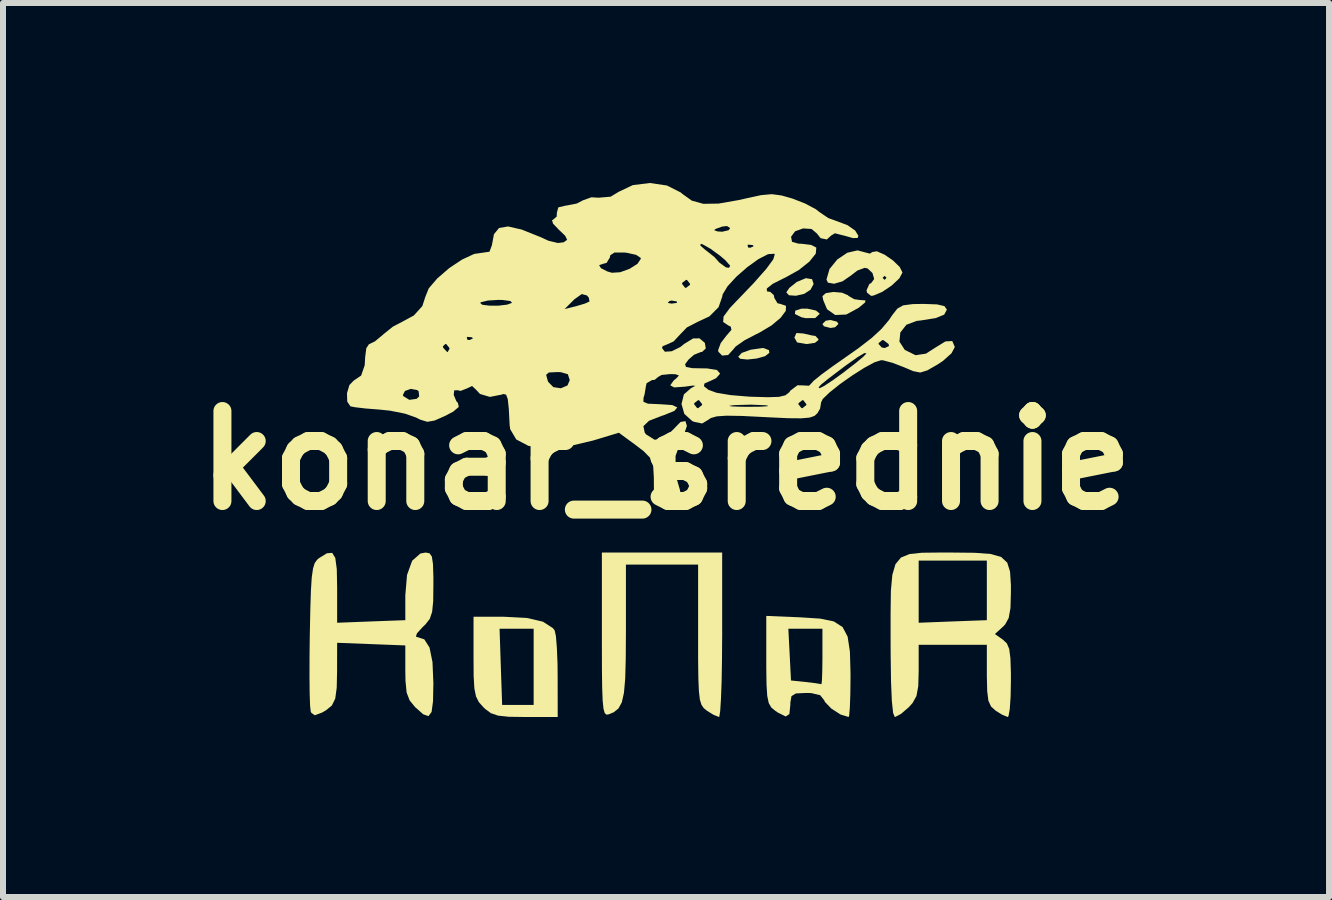
<source format=kicad_pcb>
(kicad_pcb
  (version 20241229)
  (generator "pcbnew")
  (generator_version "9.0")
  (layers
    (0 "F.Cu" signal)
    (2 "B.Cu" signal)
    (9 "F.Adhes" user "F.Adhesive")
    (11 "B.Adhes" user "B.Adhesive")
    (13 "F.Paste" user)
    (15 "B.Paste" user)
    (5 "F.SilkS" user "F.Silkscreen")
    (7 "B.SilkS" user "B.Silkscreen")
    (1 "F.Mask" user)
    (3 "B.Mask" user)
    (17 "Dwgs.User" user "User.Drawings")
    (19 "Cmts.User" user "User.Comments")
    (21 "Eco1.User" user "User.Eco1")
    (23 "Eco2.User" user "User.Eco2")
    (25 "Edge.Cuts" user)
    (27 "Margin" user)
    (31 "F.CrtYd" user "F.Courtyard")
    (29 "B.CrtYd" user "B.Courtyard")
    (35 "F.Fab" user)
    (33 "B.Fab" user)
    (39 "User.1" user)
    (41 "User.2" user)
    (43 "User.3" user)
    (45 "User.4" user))
  (footprint "konar_srednie"
    (layer "F.Cu")
    (at 8.05 4.622)
    (property "Reference" "konar_srednie" (at 0 0 0) (layer "F.SilkS") (effects (font (size 1.5 1.5) (thickness 0.3))))
    (attr board_only exclude_from_pos_files exclude_from_bom)
    (fp_poly (pts (xy 2.849 -2.311) (xy 2.874 -2.273) (xy 2.818 -2.218) (xy 2.741 -2.206) (xy 2.632 -2.234) (xy 2.607 -2.273) (xy 2.663 -2.327) (xy 2.741 -2.339)) (stroke (width 0) (type solid)) (fill yes) (layer "F.SilkS"))
    (fp_poly (pts (xy 2.356 -2.528) (xy 2.5 -2.496) (xy 2.561 -2.445) (xy 2.56 -2.44) (xy 2.486 -2.371) (xy 2.323 -2.37) (xy 2.256 -2.385) (xy 2.148 -2.439) (xy 2.155 -2.495) (xy 2.258 -2.528)) (stroke (width 0) (type solid)) (fill yes) (layer "F.SilkS"))
    (fp_poly (pts (xy 1.716 -1.836) (xy 1.722 -1.791) (xy 1.651 -1.736) (xy 1.512 -1.697) (xy 1.358 -1.68) (xy 1.238 -1.692) (xy 1.203 -1.726) (xy 1.262 -1.79) (xy 1.409 -1.843) (xy 1.597 -1.87) (xy 1.626 -1.871)) (stroke (width 0) (type solid)) (fill yes) (layer "F.SilkS"))
    (fp_poly (pts (xy 2.289 -2.114) (xy 2.428 -2.082) (xy 2.49 -2.073) (xy 2.539 -2.021) (xy 2.54 -2.005) (xy 2.482 -1.958) (xy 2.342 -1.938) (xy 2.339 -1.938) (xy 2.185 -1.965) (xy 2.139 -2.046) (xy 2.174 -2.122)) (stroke (width 0) (type solid)) (fill yes) (layer "F.SilkS"))
    (fp_poly (pts (xy 2.434 -3.019) (xy 2.46 -2.939) (xy 2.409 -2.844) (xy 2.304 -2.775) (xy 2.166 -2.743) (xy 2.049 -2.751) (xy 2.005 -2.8) (xy 2.056 -2.874) (xy 2.177 -2.971) (xy 2.18 -2.973) (xy 2.331 -3.036)) (stroke (width 0) (type solid)) (fill yes) (layer "F.SilkS"))
    (fp_poly (pts (xy 2.933 -2.794) (xy 3.033 -2.751) (xy 3.041 -2.741) (xy 3.135 -2.686) (xy 3.229 -2.672) (xy 3.323 -2.666) (xy 3.32 -2.633) (xy 3.216 -2.546) (xy 3.208 -2.54) (xy 3.004 -2.43) (xy 2.82 -2.422) (xy 2.688 -2.515) (xy 2.676 -2.536) (xy 2.62 -2.671) (xy 2.607 -2.736) (xy 2.662 -2.786) (xy 2.79 -2.806)) (stroke (width 0) (type solid)) (fill yes) (layer "F.SilkS"))
    (fp_poly (pts (xy -2.32 2.627) (xy -2.052 2.689) (xy -1.885 2.797) (xy -1.856 2.834) (xy -1.835 2.929) (xy -1.819 3.125) (xy -1.808 3.39) (xy -1.806 3.593) (xy -1.805 4.278) (xy -2.343 4.278) (xy -2.619 4.274) (xy -2.799 4.255) (xy -2.919 4.214) (xy -3.016 4.142) (xy -3.044 4.114) (xy -3.12 4.029) (xy -3.167 3.935) (xy -3.194 3.801) (xy -3.206 3.597) (xy -3.208 3.291) (xy -3.208 3.278) (xy -3.208 2.807) (xy -2.774 2.807) (xy -2.753 3.442) (xy -2.731 4.077) (xy -2.469 4.077) (xy -2.206 4.077) (xy -2.206 3.442) (xy -2.206 2.807) (xy -2.49 2.807) (xy -2.774 2.807) (xy -3.208 2.807) (xy -3.208 2.607) (xy -2.703 2.607)) (stroke (width 0) (type solid)) (fill yes) (layer "F.SilkS"))
    (fp_poly (pts (xy 0.936 2.908) (xy 0.933 3.319) (xy 0.927 3.681) (xy 0.916 3.974) (xy 0.903 4.178) (xy 0.888 4.273) (xy 0.884 4.278) (xy 0.795 4.243) (xy 0.683 4.174) (xy 0.63 4.131) (xy 0.591 4.075) (xy 0.564 3.987) (xy 0.548 3.845) (xy 0.539 3.63) (xy 0.535 3.322) (xy 0.535 2.904) (xy 0.535 1.738) (xy -0.067 1.738) (xy -0.668 1.738) (xy -0.668 2.861) (xy -0.671 3.308) (xy -0.68 3.639) (xy -0.701 3.875) (xy -0.737 4.034) (xy -0.792 4.135) (xy -0.87 4.198) (xy -0.953 4.233) (xy -0.992 4.239) (xy -1.021 4.213) (xy -1.042 4.14) (xy -1.056 4.004) (xy -1.064 3.788) (xy -1.068 3.475) (xy -1.069 3.05) (xy -1.069 2.906) (xy -1.069 1.537) (xy -0.067 1.537) (xy 0.936 1.537)) (stroke (width 0) (type solid)) (fill yes) (layer "F.SilkS"))
    (fp_poly (pts (xy 3.272 -3.478) (xy 3.397 -3.445) (xy 3.44 -3.472) (xy 3.514 -3.484) (xy 3.642 -3.428) (xy 3.782 -3.332) (xy 3.895 -3.222) (xy 3.941 -3.13) (xy 3.889 -3.033) (xy 3.761 -2.913) (xy 3.601 -2.806) (xy 3.455 -2.745) (xy 3.418 -2.741) (xy 3.35 -2.794) (xy 3.342 -2.835) (xy 3.389 -2.938) (xy 3.421 -2.956) (xy 3.469 -3.022) (xy 3.464 -3.041) (xy 3.609 -3.041) (xy 3.643 -3.008) (xy 3.676 -3.041) (xy 3.643 -3.075) (xy 3.609 -3.041) (xy 3.464 -3.041) (xy 3.441 -3.121) (xy 3.361 -3.197) (xy 3.311 -3.208) (xy 3.191 -3.164) (xy 3.075 -3.075) (xy 2.941 -2.983) (xy 2.801 -2.943) (xy 2.699 -2.961) (xy 2.674 -3.012) (xy 2.725 -3.188) (xy 2.854 -3.347) (xy 3.022 -3.46) (xy 3.192 -3.499)) (stroke (width 0) (type solid)) (fill yes) (layer "F.SilkS"))
    (fp_poly (pts (xy 2.245 2.617) (xy 2.569 2.638) (xy 2.796 2.685) (xy 2.943 2.779) (xy 3.027 2.939) (xy 3.065 3.188) (xy 3.075 3.547) (xy 3.075 3.617) (xy 3.072 3.896) (xy 3.064 4.117) (xy 3.053 4.251) (xy 3.044 4.278) (xy 2.908 4.236) (xy 2.755 4.137) (xy 2.649 4.027) (xy 2.637 4) (xy 2.569 3.914) (xy 2.419 3.879) (xy 2.335 3.877) (xy 2.165 3.885) (xy 2.091 3.93) (xy 2.072 4.04) (xy 2.072 4.077) (xy 2.056 4.229) (xy 1.995 4.269) (xy 1.864 4.204) (xy 1.82 4.174) (xy 1.754 4.119) (xy 1.712 4.045) (xy 1.687 3.926) (xy 1.675 3.736) (xy 1.671 3.447) (xy 1.671 3.331) (xy 1.671 2.807) (xy 2.039 2.807) (xy 2.061 3.238) (xy 2.083 3.669) (xy 2.328 3.695) (xy 2.492 3.714) (xy 2.585 3.73) (xy 2.59 3.732) (xy 2.598 3.677) (xy 2.604 3.52) (xy 2.607 3.296) (xy 2.607 3.275) (xy 2.607 2.807) (xy 2.323 2.807) (xy 2.039 2.807) (xy 1.671 2.807) (xy 1.671 2.593)) (stroke (width 0) (type solid)) (fill yes) (layer "F.SilkS"))
    (fp_poly (pts (xy -3.942 1.549) (xy -3.903 1.603) (xy -3.884 1.726) (xy -3.877 1.944) (xy -3.877 2.075) (xy -3.88 2.349) (xy -3.898 2.525) (xy -3.937 2.642) (xy -4.009 2.734) (xy -4.054 2.777) (xy -4.15 2.882) (xy -4.169 2.938) (xy -4.159 2.941) (xy -4.028 2.984) (xy -3.941 3.121) (xy -3.892 3.364) (xy -3.877 3.715) (xy -3.883 4.015) (xy -3.907 4.194) (xy -3.959 4.263) (xy -4.046 4.233) (xy -4.178 4.116) (xy -4.181 4.114) (xy -4.273 4.001) (xy -4.323 3.87) (xy -4.342 3.676) (xy -4.345 3.517) (xy -4.345 3.085) (xy -4.913 3.063) (xy -5.481 3.041) (xy -5.482 3.509) (xy -5.488 3.79) (xy -5.513 3.972) (xy -5.569 4.086) (xy -5.668 4.167) (xy -5.733 4.204) (xy -5.853 4.249) (xy -5.911 4.209) (xy -5.921 4.188) (xy -5.932 4.092) (xy -5.939 3.887) (xy -5.942 3.595) (xy -5.941 3.24) (xy -5.937 2.909) (xy -5.928 2.482) (xy -5.918 2.168) (xy -5.904 1.948) (xy -5.883 1.803) (xy -5.855 1.712) (xy -5.815 1.657) (xy -5.786 1.632) (xy -5.652 1.549) (xy -5.564 1.542) (xy -5.512 1.626) (xy -5.487 1.814) (xy -5.481 2.121) (xy -5.481 2.122) (xy -5.481 2.707) (xy -4.913 2.685) (xy -4.345 2.664) (xy -4.345 2.249) (xy -4.316 1.909) (xy -4.231 1.674) (xy -4.094 1.553) (xy -4.007 1.537)) (stroke (width 0) (type solid)) (fill yes) (layer "F.SilkS"))
    (fp_poly (pts (xy 4.763 1.537) (xy 5.144 1.541) (xy 5.412 1.561) (xy 5.586 1.611) (xy 5.687 1.705) (xy 5.734 1.855) (xy 5.748 2.076) (xy 5.748 2.2) (xy 5.741 2.462) (xy 5.711 2.628) (xy 5.652 2.736) (xy 5.615 2.774) (xy 5.481 2.895) (xy 5.615 2.989) (xy 5.68 3.05) (xy 5.72 3.143) (xy 5.74 3.298) (xy 5.748 3.543) (xy 5.748 3.68) (xy 5.743 3.944) (xy 5.729 4.148) (xy 5.708 4.263) (xy 5.696 4.278) (xy 5.608 4.243) (xy 5.496 4.174) (xy 5.418 4.104) (xy 5.373 4.007) (xy 5.353 3.847) (xy 5.347 3.591) (xy 5.347 3.572) (xy 5.347 3.075) (xy 4.779 3.075) (xy 4.211 3.075) (xy 4.211 3.512) (xy 4.204 3.765) (xy 4.174 3.928) (xy 4.109 4.045) (xy 4.047 4.114) (xy 3.918 4.225) (xy 3.82 4.277) (xy 3.813 4.278) (xy 3.785 4.211) (xy 3.764 4.013) (xy 3.75 3.685) (xy 3.744 3.228) (xy 3.743 3.018) (xy 3.743 2.707) (xy 4.211 2.707) (xy 4.779 2.685) (xy 5.347 2.664) (xy 5.347 2.167) (xy 5.347 1.671) (xy 4.779 1.671) (xy 4.211 1.671) (xy 4.211 2.189) (xy 4.211 2.707) (xy 3.743 2.707) (xy 3.743 2.537) (xy 3.748 2.172) (xy 3.772 1.909) (xy 3.824 1.731) (xy 3.916 1.62) (xy 4.059 1.562) (xy 4.265 1.54) (xy 4.544 1.537)) (stroke (width 0) (type solid)) (fill yes) (layer "F.SilkS"))
    (fp_poly (pts (xy 0.016 -4.58) (xy 0.246 -4.464) (xy 0.272 -4.441) (xy 0.43 -4.328) (xy 0.622 -4.275) (xy 0.876 -4.279) (xy 1.219 -4.339) (xy 1.337 -4.366) (xy 1.586 -4.42) (xy 1.764 -4.436) (xy 1.927 -4.414) (xy 2.106 -4.363) (xy 2.321 -4.279) (xy 2.497 -4.185) (xy 2.554 -4.14) (xy 2.704 -4.038) (xy 2.867 -3.979) (xy 3.027 -3.918) (xy 3.152 -3.83) (xy 3.206 -3.743) (xy 3.194 -3.706) (xy 3.115 -3.704) (xy 2.971 -3.745) (xy 2.968 -3.745) (xy 2.815 -3.784) (xy 2.753 -3.747) (xy 2.68 -3.681) (xy 2.577 -3.702) (xy 2.514 -3.781) (xy 2.426 -3.856) (xy 2.285 -3.865) (xy 2.151 -3.817) (xy 2.084 -3.726) (xy 2.1 -3.642) (xy 2.208 -3.611) (xy 2.264 -3.609) (xy 2.419 -3.59) (xy 2.505 -3.546) (xy 2.496 -3.445) (xy 2.39 -3.312) (xy 2.214 -3.172) (xy 1.992 -3.048) (xy 1.974 -3.04) (xy 1.781 -2.943) (xy 1.68 -2.864) (xy 1.682 -2.816) (xy 1.738 -2.807) (xy 1.797 -2.753) (xy 1.805 -2.707) (xy 1.858 -2.618) (xy 1.905 -2.607) (xy 2 -2.575) (xy 1.996 -2.491) (xy 1.91 -2.375) (xy 1.757 -2.247) (xy 1.551 -2.125) (xy 1.508 -2.104) (xy 1.308 -2) (xy 1.162 -1.898) (xy 1.113 -1.84) (xy 1.035 -1.755) (xy 0.935 -1.746) (xy 0.872 -1.811) (xy 0.869 -1.838) (xy 0.913 -1.956) (xy 1.004 -2.074) (xy 1.09 -2.175) (xy 1.079 -2.228) (xy 1.038 -2.248) (xy 0.952 -2.306) (xy 0.959 -2.396) (xy 1.062 -2.536) (xy 1.153 -2.632) (xy 1.461 -2.953) (xy 1.672 -3.192) (xy 1.788 -3.35) (xy 1.812 -3.433) (xy 1.804 -3.443) (xy 1.701 -3.436) (xy 1.541 -3.354) (xy 1.355 -3.22) (xy 1.173 -3.061) (xy 1.026 -2.901) (xy 0.944 -2.766) (xy 0.936 -2.725) (xy 0.876 -2.552) (xy 0.723 -2.399) (xy 0.522 -2.305) (xy 0.348 -2.215) (xy 0.236 -2.099) (xy 0.127 -1.982) (xy 0.032 -1.938) (xy -0.056 -1.902) (xy -0.067 -1.872) (xy -0.019 -1.81) (xy 0.096 -1.818) (xy 0.239 -1.889) (xy 0.303 -1.94) (xy 0.453 -2.032) (xy 0.558 -2.033) (xy 0.647 -1.958) (xy 0.663 -1.864) (xy 0.601 -1.807) (xy 0.579 -1.805) (xy 0.467 -1.759) (xy 0.378 -1.682) (xy 0.318 -1.602) (xy 0.332 -1.557) (xy 0.44 -1.536) (xy 0.662 -1.532) (xy 0.683 -1.532) (xy 0.849 -1.506) (xy 0.902 -1.445) (xy 0.835 -1.369) (xy 0.762 -1.334) (xy 0.64 -1.28) (xy 0.632 -1.235) (xy 0.708 -1.175) (xy 0.842 -1.126) (xy 1.076 -1.087) (xy 1.376 -1.062) (xy 1.415 -1.06) (xy 1.701 -1.052) (xy 1.883 -1.058) (xy 1.991 -1.084) (xy 2.054 -1.134) (xy 2.071 -1.16) (xy 2.146 -1.217) (xy 2.543 -1.217) (xy 2.558 -1.203) (xy 2.563 -1.203) (xy 2.638 -1.241) (xy 2.786 -1.339) (xy 2.976 -1.477) (xy 2.977 -1.479) (xy 3.16 -1.62) (xy 3.291 -1.729) (xy 3.342 -1.783) (xy 3.342 -1.783) (xy 3.306 -1.787) (xy 3.191 -1.719) (xy 2.986 -1.573) (xy 2.908 -1.514) (xy 2.701 -1.357) (xy 2.585 -1.263) (xy 2.543 -1.217) (xy 2.146 -1.217) (xy 2.192 -1.251) (xy 2.277 -1.249) (xy 2.382 -1.243) (xy 2.406 -1.265) (xy 2.458 -1.323) (xy 2.595 -1.434) (xy 2.794 -1.579) (xy 2.886 -1.643) (xy 3.202 -1.865) (xy 3.297 -1.938) (xy 3.543 -1.938) (xy 3.597 -1.88) (xy 3.647 -1.872) (xy 3.716 -1.904) (xy 3.71 -1.938) (xy 3.624 -2.003) (xy 3.606 -2.005) (xy 3.544 -1.954) (xy 3.543 -1.938) (xy 3.297 -1.938) (xy 3.429 -2.04) (xy 3.591 -2.19) (xy 3.714 -2.336) (xy 3.773 -2.423) (xy 3.855 -2.528) (xy 3.953 -2.583) (xy 4.112 -2.604) (xy 4.286 -2.607) (xy 4.517 -2.599) (xy 4.64 -2.57) (xy 4.679 -2.515) (xy 4.679 -2.508) (xy 4.636 -2.428) (xy 4.497 -2.371) (xy 4.245 -2.331) (xy 4.179 -2.324) (xy 4.007 -2.26) (xy 3.905 -2.131) (xy 3.89 -1.979) (xy 3.977 -1.844) (xy 3.981 -1.84) (xy 4.159 -1.752) (xy 4.332 -1.778) (xy 4.478 -1.872) (xy 4.657 -1.982) (xy 4.771 -1.988) (xy 4.813 -1.89) (xy 4.813 -1.888) (xy 4.758 -1.784) (xy 4.616 -1.657) (xy 4.529 -1.599) (xy 4.355 -1.499) (xy 4.238 -1.463) (xy 4.121 -1.486) (xy 3.977 -1.547) (xy 3.782 -1.623) (xy 3.621 -1.666) (xy 3.586 -1.669) (xy 3.476 -1.634) (xy 3.305 -1.542) (xy 3.102 -1.413) (xy 2.899 -1.27) (xy 2.726 -1.132) (xy 2.612 -1.022) (xy 2.585 -0.967) (xy 2.568 -0.862) (xy 2.524 -0.786) (xy 2.474 -0.74) (xy 2.392 -0.712) (xy 2.253 -0.7) (xy 2.036 -0.702) (xy 1.715 -0.717) (xy 1.619 -0.722) (xy 1.258 -0.74) (xy 1.008 -0.744) (xy 0.846 -0.733) (xy 0.747 -0.705) (xy 0.702 -0.674) (xy 0.601 -0.614) (xy 0.467 -0.642) (xy 0.437 -0.655) (xy 0.305 -0.774) (xy 0.259 -0.936) (xy 0.468 -0.936) (xy 0.519 -0.871) (xy 0.535 -0.869) (xy 0.583 -0.907) (xy 1.05 -0.907) (xy 1.101 -0.898) (xy 1.26 -0.893) (xy 1.37 -0.892) (xy 1.582 -0.894) (xy 1.695 -0.902) (xy 1.696 -0.912) (xy 1.656 -0.918) (xy 1.419 -0.928) (xy 1.159 -0.921) (xy 1.121 -0.918) (xy 1.05 -0.907) (xy 0.583 -0.907) (xy 0.6 -0.92) (xy 0.602 -0.936) (xy 2.206 -0.936) (xy 2.257 -0.871) (xy 2.273 -0.869) (xy 2.338 -0.92) (xy 2.339 -0.936) (xy 2.289 -1.001) (xy 2.273 -1.003) (xy 2.208 -0.952) (xy 2.206 -0.936) (xy 0.602 -0.936) (xy 0.551 -1.001) (xy 0.535 -1.003) (xy 0.47 -0.952) (xy 0.468 -0.936) (xy 0.259 -0.936) (xy 0.258 -0.938) (xy 0.298 -1.099) (xy 0.418 -1.204) (xy 0.488 -1.241) (xy 0.444 -1.246) (xy 0.318 -1.228) (xy 0.135 -1.215) (xy 0.071 -1.251) (xy 0.13 -1.333) (xy 0.168 -1.363) (xy 0.216 -1.414) (xy 0.156 -1.435) (xy 0.068 -1.437) (xy -0.073 -1.423) (xy -0.134 -1.388) (xy -0.134 -1.387) (xy -0.188 -1.342) (xy -0.234 -1.337) (xy -0.323 -1.286) (xy -0.334 -1.242) (xy -0.358 -1.095) (xy -0.375 -1.042) (xy -0.377 -0.976) (xy -0.301 -0.944) (xy -0.119 -0.936) (xy -0.107 -0.936) (xy 0.105 -0.921) (xy 0.188 -0.882) (xy 0.14 -0.824) (xy -0.04 -0.751) (xy -0.064 -0.744) (xy -0.283 -0.659) (xy -0.377 -0.569) (xy -0.355 -0.462) (xy -0.332 -0.432) (xy -0.188 -0.342) (xy -0.027 -0.375) (xy 0.118 -0.512) (xy 0.242 -0.639) (xy 0.324 -0.653) (xy 0.348 -0.573) (xy 0.295 -0.417) (xy 0.263 -0.36) (xy 0.159 -0.073) (xy 0.161 0.251) (xy 0.23 0.485) (xy 0.245 0.562) (xy 0.177 0.596) (xy 0.041 0.602) (xy -0.201 0.602) (xy -0.203 0.284) (xy -0.214 0.091) (xy -0.26 -0.037) (xy -0.372 -0.152) (xy -0.496 -0.247) (xy -0.786 -0.46) (xy -1.212 -0.331) (xy -1.638 -0.23) (xy -2.003 -0.201) (xy -2.293 -0.241) (xy -2.496 -0.348) (xy -2.597 -0.519) (xy -2.606 -0.586) (xy -2.62 -0.857) (xy -2.637 -1.018) (xy -2.664 -1.093) (xy -2.706 -1.106) (xy -2.741 -1.095) (xy -2.936 -1.057) (xy -3.1 -1.106) (xy -3.159 -1.17) (xy -3.232 -1.239) (xy -3.311 -1.201) (xy -3.423 -1.157) (xy -3.473 -1.168) (xy -3.53 -1.166) (xy -3.538 -1.09) (xy -3.496 -0.989) (xy -3.468 -0.955) (xy -3.454 -0.89) (xy -3.546 -0.812) (xy -3.676 -0.743) (xy -3.857 -0.663) (xy -3.978 -0.642) (xy -4.096 -0.678) (xy -4.167 -0.714) (xy -4.351 -0.778) (xy -4.602 -0.828) (xy -4.778 -0.846) (xy -5.006 -0.864) (xy -5.185 -0.885) (xy -5.26 -0.9) (xy -5.313 -0.979) (xy -5.316 -1.088) (xy -4.386 -1.088) (xy -4.378 -1.07) (xy -4.278 -1.008) (xy -4.156 -1.025) (xy -4.114 -1.065) (xy -4.123 -1.15) (xy -4.146 -1.171) (xy -4.253 -1.191) (xy -4.351 -1.156) (xy -4.386 -1.088) (xy -5.316 -1.088) (xy -5.317 -1.118) (xy -5.277 -1.254) (xy -5.207 -1.327) (xy -5.081 -1.413) (xy -5.077 -1.425) (xy -1.998 -1.425) (xy -1.97 -1.323) (xy -1.965 -1.309) (xy -1.878 -1.22) (xy -1.752 -1.201) (xy -1.642 -1.248) (xy -1.604 -1.337) (xy -1.636 -1.435) (xy -1.753 -1.469) (xy -1.805 -1.471) (xy -1.953 -1.464) (xy -1.998 -1.425) (xy -5.077 -1.425) (xy -5.022 -1.584) (xy -5.014 -1.721) (xy -4.995 -1.869) (xy -4.976 -1.897) (xy -3.72 -1.897) (xy -3.71 -1.872) (xy -3.65 -1.808) (xy -3.639 -1.805) (xy -3.61 -1.856) (xy -3.609 -1.872) (xy -3.661 -1.936) (xy -3.68 -1.938) (xy -3.72 -1.897) (xy -4.976 -1.897) (xy -4.949 -1.938) (xy -4.943 -1.938) (xy -4.852 -1.982) (xy -4.77 -2.05) (xy -3.32 -2.05) (xy -3.311 -2.01) (xy -3.275 -2.005) (xy -3.22 -2.03) (xy -3.231 -2.05) (xy -3.31 -2.058) (xy -3.32 -2.05) (xy -4.77 -2.05) (xy -4.724 -2.088) (xy -4.711 -2.1) (xy -4.552 -2.228) (xy -4.397 -2.309) (xy -4.397 -2.309) (xy -4.203 -2.414) (xy -4.106 -2.521) (xy -1.69 -2.521) (xy -1.497 -2.569) (xy -1.35 -2.613) (xy -1.328 -2.623) (xy 0.029 -2.623) (xy 0.095 -2.612) (xy 0.181 -2.624) (xy 0.182 -2.647) (xy 0.093 -2.663) (xy 0.054 -2.653) (xy 0.029 -2.623) (xy -1.328 -2.623) (xy -1.275 -2.647) (xy -1.287 -2.711) (xy -1.318 -2.748) (xy -1.404 -2.771) (xy -1.527 -2.684) (xy -1.54 -2.671) (xy -1.69 -2.521) (xy -4.106 -2.521) (xy -4.061 -2.571) (xy -4.044 -2.624) (xy -3.098 -2.624) (xy -3.063 -2.593) (xy -2.945 -2.578) (xy -2.79 -2.578) (xy -2.647 -2.595) (xy -2.566 -2.625) (xy -2.594 -2.655) (xy -2.721 -2.672) (xy -2.792 -2.674) (xy -2.971 -2.663) (xy -3.084 -2.635) (xy -3.098 -2.624) (xy -4.044 -2.624) (xy -4.011 -2.725) (xy -3.955 -2.865) (xy -3.89 -2.941) (xy 0.267 -2.941) (xy 0.318 -2.876) (xy 0.334 -2.874) (xy 0.399 -2.925) (xy 0.401 -2.941) (xy 0.35 -3.006) (xy 0.334 -3.008) (xy 0.269 -2.957) (xy 0.267 -2.941) (xy -3.89 -2.941) (xy -3.812 -3.032) (xy -3.615 -3.202) (xy -3.539 -3.253) (xy -1.115 -3.253) (xy -1.084 -3.202) (xy -0.978 -3.148) (xy -0.902 -3.126) (xy -0.764 -3.135) (xy -0.607 -3.192) (xy -0.476 -3.275) (xy -0.42 -3.358) (xy -0.422 -3.374) (xy -0.497 -3.424) (xy -0.653 -3.459) (xy -0.69 -3.463) (xy -0.86 -3.463) (xy -0.93 -3.417) (xy -0.936 -3.38) (xy -0.99 -3.291) (xy -1.049 -3.275) (xy -1.115 -3.253) (xy -3.539 -3.253) (xy -3.399 -3.346) (xy -3.197 -3.44) (xy -3.065 -3.459) (xy -2.942 -3.477) (xy -2.904 -3.579) (xy 0.573 -3.579) (xy 0.66 -3.503) (xy 0.67 -3.497) (xy 0.809 -3.386) (xy 0.889 -3.296) (xy 0.997 -3.217) (xy 1.049 -3.208) (xy 1.07 -3.243) (xy 0.988 -3.336) (xy 0.902 -3.409) (xy 0.74 -3.527) (xy 0.634 -3.587) (xy 1.359 -3.587) (xy 1.368 -3.547) (xy 1.404 -3.543) (xy 1.459 -3.567) (xy 1.448 -3.587) (xy 1.369 -3.595) (xy 1.359 -3.587) (xy 0.634 -3.587) (xy 0.613 -3.599) (xy 0.578 -3.609) (xy 0.573 -3.579) (xy -2.904 -3.579) (xy -2.902 -3.584) (xy -2.868 -3.768) (xy -2.783 -3.872) (xy -2.633 -3.898) (xy -2.405 -3.846) (xy -2.085 -3.718) (xy -1.96 -3.66) (xy -1.801 -3.622) (xy -1.705 -3.634) (xy -1.648 -3.675) (xy -1.68 -3.742) (xy -1.778 -3.836) (xy 0.802 -3.836) (xy 0.858 -3.815) (xy 0.936 -3.81) (xy 1.044 -3.835) (xy 1.069 -3.871) (xy 1.016 -3.905) (xy 0.936 -3.896) (xy 0.828 -3.857) (xy 0.802 -3.836) (xy -1.778 -3.836) (xy -1.784 -3.841) (xy -1.883 -3.945) (xy -1.9 -4.004) (xy -1.885 -4.008) (xy -1.822 -4.063) (xy -1.819 -4.127) (xy -1.795 -4.216) (xy -1.669 -4.246) (xy -1.661 -4.246) (xy -1.487 -4.28) (xy -1.383 -4.334) (xy -1.243 -4.384) (xy -1.123 -4.377) (xy -0.923 -4.394) (xy -0.789 -4.475) (xy -0.553 -4.587) (xy -0.268 -4.622)) (stroke (width 0) (type solid)) (fill yes) (layer "F.SilkS")))
  (gr_rect
    (start -3 -3)
    (end 19.1 11.9)
    (stroke (width 0.1) (type default))
    (fill no)
    (layer "Edge.Cuts")))
</source>
